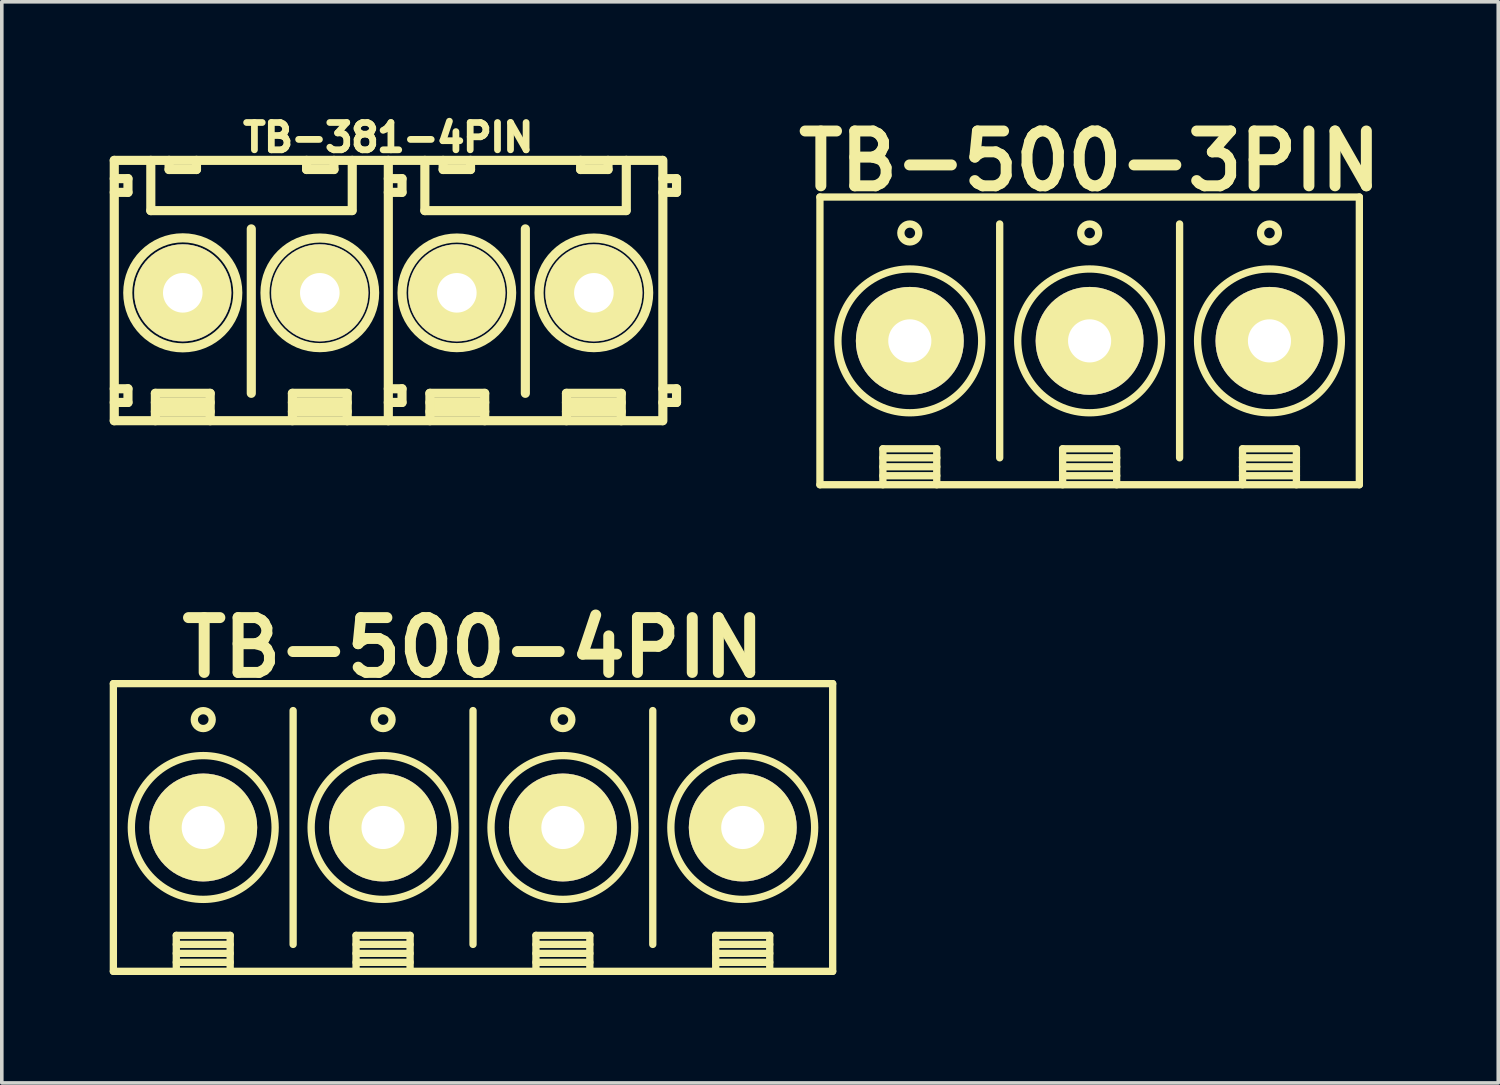
<source format=kicad_pcb>
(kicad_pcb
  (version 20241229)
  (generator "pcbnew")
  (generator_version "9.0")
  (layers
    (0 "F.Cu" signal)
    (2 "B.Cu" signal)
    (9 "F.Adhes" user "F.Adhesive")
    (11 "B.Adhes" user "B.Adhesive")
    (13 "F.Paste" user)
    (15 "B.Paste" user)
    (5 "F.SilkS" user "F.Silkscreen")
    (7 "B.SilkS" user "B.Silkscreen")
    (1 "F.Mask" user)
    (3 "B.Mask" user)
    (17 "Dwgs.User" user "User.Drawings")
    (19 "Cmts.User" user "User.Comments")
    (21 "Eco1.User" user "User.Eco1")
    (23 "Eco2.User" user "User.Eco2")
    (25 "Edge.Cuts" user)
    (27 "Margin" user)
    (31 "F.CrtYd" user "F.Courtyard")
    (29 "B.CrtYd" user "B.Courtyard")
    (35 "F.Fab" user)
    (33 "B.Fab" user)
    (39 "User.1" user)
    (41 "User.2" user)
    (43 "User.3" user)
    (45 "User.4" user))
  (footprint "TB-500-4PIN"
    (layer "F.Cu")
    (at 2.601 19.958)
    (property "Reference" "TB-500-4PIN" (at 7.501 -5.001 0) (layer "F.SilkS") (effects (font (size 1.524 1.524) (thickness 0.305))))
    (attr through_hole)
    (fp_line (start -2.499 -4) (end 17.501 -4) (stroke (width 0.203) (type solid)) (layer "F.SilkS"))
    (fp_line (start -2.499 4) (end -2.499 -4) (stroke (width 0.203) (type solid)) (layer "F.SilkS"))
    (fp_line (start -2.499 4) (end 17.501 4) (stroke (width 0.203) (type solid)) (layer "F.SilkS"))
    (fp_line (start -0.749 3) (end 0.749 3) (stroke (width 0.203) (type solid)) (layer "F.SilkS"))
    (fp_line (start -0.749 3.251) (end 0.749 3.251) (stroke (width 0.203) (type solid)) (layer "F.SilkS"))
    (fp_line (start -0.749 3.5) (end 0.749 3.5) (stroke (width 0.203) (type solid)) (layer "F.SilkS"))
    (fp_line (start -0.749 3.749) (end 0.749 3.749) (stroke (width 0.203) (type solid)) (layer "F.SilkS"))
    (fp_line (start -0.749 4) (end -0.749 3) (stroke (width 0.203) (type solid)) (layer "F.SilkS"))
    (fp_line (start 0.749 4) (end 0.749 3) (stroke (width 0.203) (type solid)) (layer "F.SilkS"))
    (fp_line (start 2.499 3.251) (end 2.499 -3.251) (stroke (width 0.203) (type solid)) (layer "F.SilkS"))
    (fp_line (start 4.249 3) (end 4.249 4) (stroke (width 0.203) (type solid)) (layer "F.SilkS"))
    (fp_line (start 4.249 3) (end 5.751 3) (stroke (width 0.203) (type solid)) (layer "F.SilkS"))
    (fp_line (start 4.249 3.251) (end 5.751 3.251) (stroke (width 0.203) (type solid)) (layer "F.SilkS"))
    (fp_line (start 4.249 3.5) (end 5.751 3.5) (stroke (width 0.203) (type solid)) (layer "F.SilkS"))
    (fp_line (start 4.249 3.749) (end 5.751 3.749) (stroke (width 0.203) (type solid)) (layer "F.SilkS"))
    (fp_line (start 5.751 3) (end 5.751 4) (stroke (width 0.203) (type solid)) (layer "F.SilkS"))
    (fp_line (start 7.501 -3.251) (end 7.501 3.251) (stroke (width 0.203) (type solid)) (layer "F.SilkS"))
    (fp_line (start 9.251 3) (end 10.749 3) (stroke (width 0.203) (type solid)) (layer "F.SilkS"))
    (fp_line (start 9.251 3.251) (end 10.749 3.251) (stroke (width 0.203) (type solid)) (layer "F.SilkS"))
    (fp_line (start 9.251 3.5) (end 10.749 3.5) (stroke (width 0.203) (type solid)) (layer "F.SilkS"))
    (fp_line (start 9.251 3.749) (end 10.749 3.749) (stroke (width 0.203) (type solid)) (layer "F.SilkS"))
    (fp_line (start 9.251 4) (end 9.251 3) (stroke (width 0.203) (type solid)) (layer "F.SilkS"))
    (fp_line (start 10.749 3) (end 10.749 4) (stroke (width 0.203) (type solid)) (layer "F.SilkS"))
    (fp_line (start 12.499 -3.251) (end 12.499 3.251) (stroke (width 0.203) (type solid)) (layer "F.SilkS"))
    (fp_line (start 14.249 3) (end 15.751 3) (stroke (width 0.203) (type solid)) (layer "F.SilkS"))
    (fp_line (start 14.249 3.251) (end 15.751 3.251) (stroke (width 0.203) (type solid)) (layer "F.SilkS"))
    (fp_line (start 14.249 3.5) (end 15.751 3.5) (stroke (width 0.203) (type solid)) (layer "F.SilkS"))
    (fp_line (start 14.249 3.749) (end 15.751 3.749) (stroke (width 0.203) (type solid)) (layer "F.SilkS"))
    (fp_line (start 14.249 4) (end 14.249 3) (stroke (width 0.203) (type solid)) (layer "F.SilkS"))
    (fp_line (start 15.751 3) (end 15.751 4) (stroke (width 0.203) (type solid)) (layer "F.SilkS"))
    (fp_line (start 17.501 -4) (end 17.501 4) (stroke (width 0.203) (type solid)) (layer "F.SilkS"))
    (fp_circle (center 0 -3) (end 0.249 -3) (stroke (width 0.203) (type solid)) (fill no) (layer "F.SilkS"))
    (fp_circle (center 0 0) (end 1.999 0) (stroke (width 0.203) (type solid)) (fill no) (layer "F.SilkS"))
    (fp_circle (center 4.999 0) (end 3 0) (stroke (width 0.203) (type solid)) (fill no) (layer "F.SilkS"))
    (fp_circle (center 5.001 -3) (end 5.25 -3) (stroke (width 0.203) (type solid)) (fill no) (layer "F.SilkS"))
    (fp_circle (center 10 -3) (end 10.249 -3) (stroke (width 0.203) (type solid)) (fill no) (layer "F.SilkS"))
    (fp_circle (center 10 0) (end 11.999 0) (stroke (width 0.203) (type solid)) (fill no) (layer "F.SilkS"))
    (fp_circle (center 15.001 -3) (end 15.25 -3) (stroke (width 0.203) (type solid)) (fill no) (layer "F.SilkS"))
    (fp_circle (center 15.001 0) (end 17 0) (stroke (width 0.203) (type solid)) (fill no) (layer "F.SilkS"))
    (pad "1" thru_hole circle (at 0 0) (size 3 3) (drill 1.199) (layers "*.Cu" "*.Mask" "F.SilkS"))
    (pad "2" thru_hole circle (at 4.999 0) (size 3 3) (drill 1.199) (layers "*.Cu" "*.Mask" "F.SilkS"))
    (pad "3" thru_hole circle (at 10 0) (size 3 3) (drill 1.199) (layers "*.Cu" "*.Mask" "F.SilkS"))
    (pad "4" thru_hole circle (at 15.001 0) (size 3 3) (drill 1.199) (layers "*.Cu" "*.Mask" "F.SilkS")))
  (footprint "TB-500-3PIN"
    (layer "F.Cu")
    (at 22.247 6.428)
    (property "Reference" "TB-500-3PIN" (at 5.001 -5.001 0) (layer "F.SilkS") (effects (font (size 1.524 1.524) (thickness 0.305))))
    (attr through_hole)
    (fp_line (start -2.499 -4) (end 12.499 -4) (stroke (width 0.203) (type solid)) (layer "F.SilkS"))
    (fp_line (start -2.499 4) (end -2.499 -4) (stroke (width 0.203) (type solid)) (layer "F.SilkS"))
    (fp_line (start -0.749 3) (end 0.749 3) (stroke (width 0.203) (type solid)) (layer "F.SilkS"))
    (fp_line (start -0.749 3.251) (end 0.749 3.251) (stroke (width 0.203) (type solid)) (layer "F.SilkS"))
    (fp_line (start -0.749 3.5) (end 0.749 3.5) (stroke (width 0.203) (type solid)) (layer "F.SilkS"))
    (fp_line (start -0.749 3.749) (end 0.749 3.749) (stroke (width 0.203) (type solid)) (layer "F.SilkS"))
    (fp_line (start -0.749 4) (end -0.749 3) (stroke (width 0.203) (type solid)) (layer "F.SilkS"))
    (fp_line (start 0.749 4) (end 0.749 3) (stroke (width 0.203) (type solid)) (layer "F.SilkS"))
    (fp_line (start 2.499 3.251) (end 2.499 -3.251) (stroke (width 0.203) (type solid)) (layer "F.SilkS"))
    (fp_line (start 4.249 3) (end 4.249 4) (stroke (width 0.203) (type solid)) (layer "F.SilkS"))
    (fp_line (start 4.249 3) (end 5.751 3) (stroke (width 0.203) (type solid)) (layer "F.SilkS"))
    (fp_line (start 4.249 3.251) (end 5.751 3.251) (stroke (width 0.203) (type solid)) (layer "F.SilkS"))
    (fp_line (start 4.249 3.5) (end 5.751 3.5) (stroke (width 0.203) (type solid)) (layer "F.SilkS"))
    (fp_line (start 4.249 3.749) (end 5.751 3.749) (stroke (width 0.203) (type solid)) (layer "F.SilkS"))
    (fp_line (start 5.751 3) (end 5.751 4) (stroke (width 0.203) (type solid)) (layer "F.SilkS"))
    (fp_line (start 7.501 -3.251) (end 7.501 3.251) (stroke (width 0.203) (type solid)) (layer "F.SilkS"))
    (fp_line (start 9.251 3) (end 10.749 3) (stroke (width 0.203) (type solid)) (layer "F.SilkS"))
    (fp_line (start 9.251 3.251) (end 10.749 3.251) (stroke (width 0.203) (type solid)) (layer "F.SilkS"))
    (fp_line (start 9.251 3.5) (end 10.749 3.5) (stroke (width 0.203) (type solid)) (layer "F.SilkS"))
    (fp_line (start 9.251 3.749) (end 10.749 3.749) (stroke (width 0.203) (type solid)) (layer "F.SilkS"))
    (fp_line (start 9.251 4) (end 9.251 3) (stroke (width 0.203) (type solid)) (layer "F.SilkS"))
    (fp_line (start 10.749 3) (end 10.749 4) (stroke (width 0.203) (type solid)) (layer "F.SilkS"))
    (fp_line (start 12.499 -4) (end 12.499 4) (stroke (width 0.203) (type solid)) (layer "F.SilkS"))
    (fp_line (start 12.499 4) (end -2.499 4) (stroke (width 0.203) (type solid)) (layer "F.SilkS"))
    (fp_circle (center 0 -3) (end 0.249 -3) (stroke (width 0.203) (type solid)) (fill no) (layer "F.SilkS"))
    (fp_circle (center 0 0) (end 1.999 0) (stroke (width 0.203) (type solid)) (fill no) (layer "F.SilkS"))
    (fp_circle (center 4.999 0) (end 3 0) (stroke (width 0.203) (type solid)) (fill no) (layer "F.SilkS"))
    (fp_circle (center 5.001 -3) (end 5.25 -3) (stroke (width 0.203) (type solid)) (fill no) (layer "F.SilkS"))
    (fp_circle (center 10 -3) (end 10.249 -3) (stroke (width 0.203) (type solid)) (fill no) (layer "F.SilkS"))
    (fp_circle (center 10 0) (end 11.999 0) (stroke (width 0.203) (type solid)) (fill no) (layer "F.SilkS"))
    (pad "1" thru_hole circle (at 0 0) (size 3 3) (drill 1.199) (layers "*.Cu" "*.Mask" "F.SilkS"))
    (pad "2" thru_hole circle (at 4.999 0) (size 3 3) (drill 1.199) (layers "*.Cu" "*.Mask" "F.SilkS"))
    (pad "3" thru_hole circle (at 10 0) (size 3 3) (drill 1.199) (layers "*.Cu" "*.Mask" "F.SilkS")))
  (footprint "TB-381-4PIN"
    (layer "F.Cu")
    (at 7.747 5.092)
    (property "Reference" "TB-381-4PIN" (at 0 -4.318 0) (layer "F.SilkS") (effects (font (size 0.759 0.759) (thickness 0.188))))
    (attr through_hole)
    (fp_line (start -7.62 -3.175) (end -7.239 -3.175) (stroke (width 0.254) (type solid)) (layer "F.SilkS"))
    (fp_line (start -7.62 2.667) (end -7.239 2.667) (stroke (width 0.254) (type solid)) (layer "F.SilkS"))
    (fp_line (start -7.62 3.556) (end -7.62 -3.683) (stroke (width 0.254) (type solid)) (layer "F.SilkS"))
    (fp_line (start -7.62 3.556) (end 7.62 3.556) (stroke (width 0.254) (type solid)) (layer "F.SilkS"))
    (fp_line (start -7.239 -3.175) (end -7.239 -2.794) (stroke (width 0.254) (type solid)) (layer "F.SilkS"))
    (fp_line (start -7.239 -2.794) (end -7.62 -2.794) (stroke (width 0.254) (type solid)) (layer "F.SilkS"))
    (fp_line (start -7.239 2.667) (end -7.239 3.048) (stroke (width 0.254) (type solid)) (layer "F.SilkS"))
    (fp_line (start -7.239 3.048) (end -7.62 3.048) (stroke (width 0.254) (type solid)) (layer "F.SilkS"))
    (fp_line (start -6.604 -3.683) (end -6.604 -2.286) (stroke (width 0.254) (type solid)) (layer "F.SilkS"))
    (fp_line (start -6.477 2.794) (end -4.953 2.794) (stroke (width 0.254) (type solid)) (layer "F.SilkS"))
    (fp_line (start -6.477 3.048) (end -4.953 3.048) (stroke (width 0.254) (type solid)) (layer "F.SilkS"))
    (fp_line (start -6.477 3.302) (end -4.953 3.302) (stroke (width 0.254) (type solid)) (layer "F.SilkS"))
    (fp_line (start -6.477 3.556) (end -6.477 2.794) (stroke (width 0.254) (type solid)) (layer "F.SilkS"))
    (fp_line (start -6.096 -3.429) (end -6.096 -3.683) (stroke (width 0.254) (type solid)) (layer "F.SilkS"))
    (fp_line (start -6.096 -3.429) (end -5.334 -3.429) (stroke (width 0.254) (type solid)) (layer "F.SilkS"))
    (fp_line (start -5.334 -3.429) (end -5.334 -3.683) (stroke (width 0.254) (type solid)) (layer "F.SilkS"))
    (fp_line (start -4.953 2.794) (end -4.953 3.556) (stroke (width 0.254) (type solid)) (layer "F.SilkS"))
    (fp_line (start -3.81 2.794) (end -3.81 -1.778) (stroke (width 0.254) (type solid)) (layer "F.SilkS"))
    (fp_line (start -2.667 2.794) (end -1.143 2.794) (stroke (width 0.254) (type solid)) (layer "F.SilkS"))
    (fp_line (start -2.667 3.048) (end -1.143 3.048) (stroke (width 0.254) (type solid)) (layer "F.SilkS"))
    (fp_line (start -2.667 3.302) (end -1.143 3.302) (stroke (width 0.254) (type solid)) (layer "F.SilkS"))
    (fp_line (start -2.667 3.556) (end -2.667 2.794) (stroke (width 0.254) (type solid)) (layer "F.SilkS"))
    (fp_line (start -2.273 -3.429) (end -2.273 -3.683) (stroke (width 0.254) (type solid)) (layer "F.SilkS"))
    (fp_line (start -1.511 -3.429) (end -2.273 -3.429) (stroke (width 0.254) (type solid)) (layer "F.SilkS"))
    (fp_line (start -1.511 -3.429) (end -1.511 -3.683) (stroke (width 0.254) (type solid)) (layer "F.SilkS"))
    (fp_line (start -1.143 2.794) (end -1.143 3.556) (stroke (width 0.254) (type solid)) (layer "F.SilkS"))
    (fp_line (start -1.016 -2.286) (end -6.604 -2.286) (stroke (width 0.254) (type solid)) (layer "F.SilkS"))
    (fp_line (start -1.003 -2.286) (end -1.003 -3.683) (stroke (width 0.254) (type solid)) (layer "F.SilkS"))
    (fp_line (start 0 -3.683) (end 0 3.556) (stroke (width 0.254) (type solid)) (layer "F.SilkS"))
    (fp_line (start 0 -3.175) (end 0.381 -3.175) (stroke (width 0.254) (type solid)) (layer "F.SilkS"))
    (fp_line (start 0 2.667) (end 0.381 2.667) (stroke (width 0.254) (type solid)) (layer "F.SilkS"))
    (fp_line (start 0.381 -3.175) (end 0.381 -2.794) (stroke (width 0.254) (type solid)) (layer "F.SilkS"))
    (fp_line (start 0.381 -2.794) (end 0 -2.794) (stroke (width 0.254) (type solid)) (layer "F.SilkS"))
    (fp_line (start 0.381 2.667) (end 0.381 3.048) (stroke (width 0.254) (type solid)) (layer "F.SilkS"))
    (fp_line (start 0.381 3.048) (end 0 3.048) (stroke (width 0.254) (type solid)) (layer "F.SilkS"))
    (fp_line (start 1.016 -3.683) (end 1.016 -2.286) (stroke (width 0.254) (type solid)) (layer "F.SilkS"))
    (fp_line (start 1.156 2.794) (end 2.68 2.794) (stroke (width 0.254) (type solid)) (layer "F.SilkS"))
    (fp_line (start 1.156 3.048) (end 2.68 3.048) (stroke (width 0.254) (type solid)) (layer "F.SilkS"))
    (fp_line (start 1.156 3.302) (end 2.68 3.302) (stroke (width 0.254) (type solid)) (layer "F.SilkS"))
    (fp_line (start 1.156 3.556) (end 1.156 2.794) (stroke (width 0.254) (type solid)) (layer "F.SilkS"))
    (fp_line (start 1.524 -3.429) (end 1.524 -3.683) (stroke (width 0.254) (type solid)) (layer "F.SilkS"))
    (fp_line (start 1.524 -3.429) (end 2.286 -3.429) (stroke (width 0.254) (type solid)) (layer "F.SilkS"))
    (fp_line (start 2.286 -3.429) (end 2.286 -3.683) (stroke (width 0.254) (type solid)) (layer "F.SilkS"))
    (fp_line (start 2.68 2.794) (end 2.68 3.556) (stroke (width 0.254) (type solid)) (layer "F.SilkS"))
    (fp_line (start 3.81 2.794) (end 3.81 -1.778) (stroke (width 0.254) (type solid)) (layer "F.SilkS"))
    (fp_line (start 4.953 2.794) (end 6.477 2.794) (stroke (width 0.254) (type solid)) (layer "F.SilkS"))
    (fp_line (start 4.953 3.048) (end 6.477 3.048) (stroke (width 0.254) (type solid)) (layer "F.SilkS"))
    (fp_line (start 4.953 3.302) (end 6.477 3.302) (stroke (width 0.254) (type solid)) (layer "F.SilkS"))
    (fp_line (start 4.953 3.556) (end 4.953 2.794) (stroke (width 0.254) (type solid)) (layer "F.SilkS"))
    (fp_line (start 5.347 -3.429) (end 5.347 -3.683) (stroke (width 0.254) (type solid)) (layer "F.SilkS"))
    (fp_line (start 6.109 -3.429) (end 5.347 -3.429) (stroke (width 0.254) (type solid)) (layer "F.SilkS"))
    (fp_line (start 6.109 -3.429) (end 6.109 -3.683) (stroke (width 0.254) (type solid)) (layer "F.SilkS"))
    (fp_line (start 6.477 2.794) (end 6.477 3.556) (stroke (width 0.254) (type solid)) (layer "F.SilkS"))
    (fp_line (start 6.604 -2.286) (end 1.016 -2.286) (stroke (width 0.254) (type solid)) (layer "F.SilkS"))
    (fp_line (start 6.617 -2.286) (end 6.617 -3.683) (stroke (width 0.254) (type solid)) (layer "F.SilkS"))
    (fp_line (start 7.62 -3.683) (end -7.62 -3.683) (stroke (width 0.254) (type solid)) (layer "F.SilkS"))
    (fp_line (start 7.633 -3.683) (end 7.633 3.556) (stroke (width 0.254) (type solid)) (layer "F.SilkS"))
    (fp_line (start 7.633 -2.794) (end 8.014 -2.794) (stroke (width 0.254) (type solid)) (layer "F.SilkS"))
    (fp_line (start 7.633 2.667) (end 8.014 2.667) (stroke (width 0.254) (type solid)) (layer "F.SilkS"))
    (fp_line (start 8.014 -3.175) (end 7.633 -3.175) (stroke (width 0.254) (type solid)) (layer "F.SilkS"))
    (fp_line (start 8.014 -2.794) (end 8.014 -3.175) (stroke (width 0.254) (type solid)) (layer "F.SilkS"))
    (fp_line (start 8.014 2.667) (end 8.014 3.048) (stroke (width 0.254) (type solid)) (layer "F.SilkS"))
    (fp_line (start 8.014 3.048) (end 7.633 3.048) (stroke (width 0.254) (type solid)) (layer "F.SilkS"))
    (fp_circle (center -5.715 0) (end -4.191 -0.127) (stroke (width 0.254) (type solid)) (fill no) (layer "F.SilkS"))
    (fp_circle (center -1.905 0) (end -3.429 0) (stroke (width 0.254) (type solid)) (fill no) (layer "F.SilkS"))
    (fp_circle (center 1.905 0) (end 0.381 0) (stroke (width 0.254) (type solid)) (fill no) (layer "F.SilkS"))
    (fp_circle (center 5.715 0) (end 4.191 0) (stroke (width 0.254) (type solid)) (fill no) (layer "F.SilkS"))
    (pad "1" thru_hole circle (at -5.715 0) (size 2.7 2.7) (drill 1.1) (layers "*.Cu" "*.Mask" "F.SilkS"))
    (pad "2" thru_hole circle (at -1.905 0) (size 2.7 2.7) (drill 1.1) (layers "*.Cu" "*.Mask" "F.SilkS"))
    (pad "3" thru_hole circle (at 1.905 0) (size 2.7 2.7) (drill 1.1) (layers "*.Cu" "*.Mask" "F.SilkS"))
    (pad "4" thru_hole circle (at 5.715 0) (size 2.7 2.7) (drill 1.1) (layers "*.Cu" "*.Mask" "F.SilkS")))
  (gr_rect
    (start -3 -3)
    (end 38.608 27.06)
    (stroke (width 0.1) (type default))
    (fill no)
    (layer "Edge.Cuts")))
</source>
